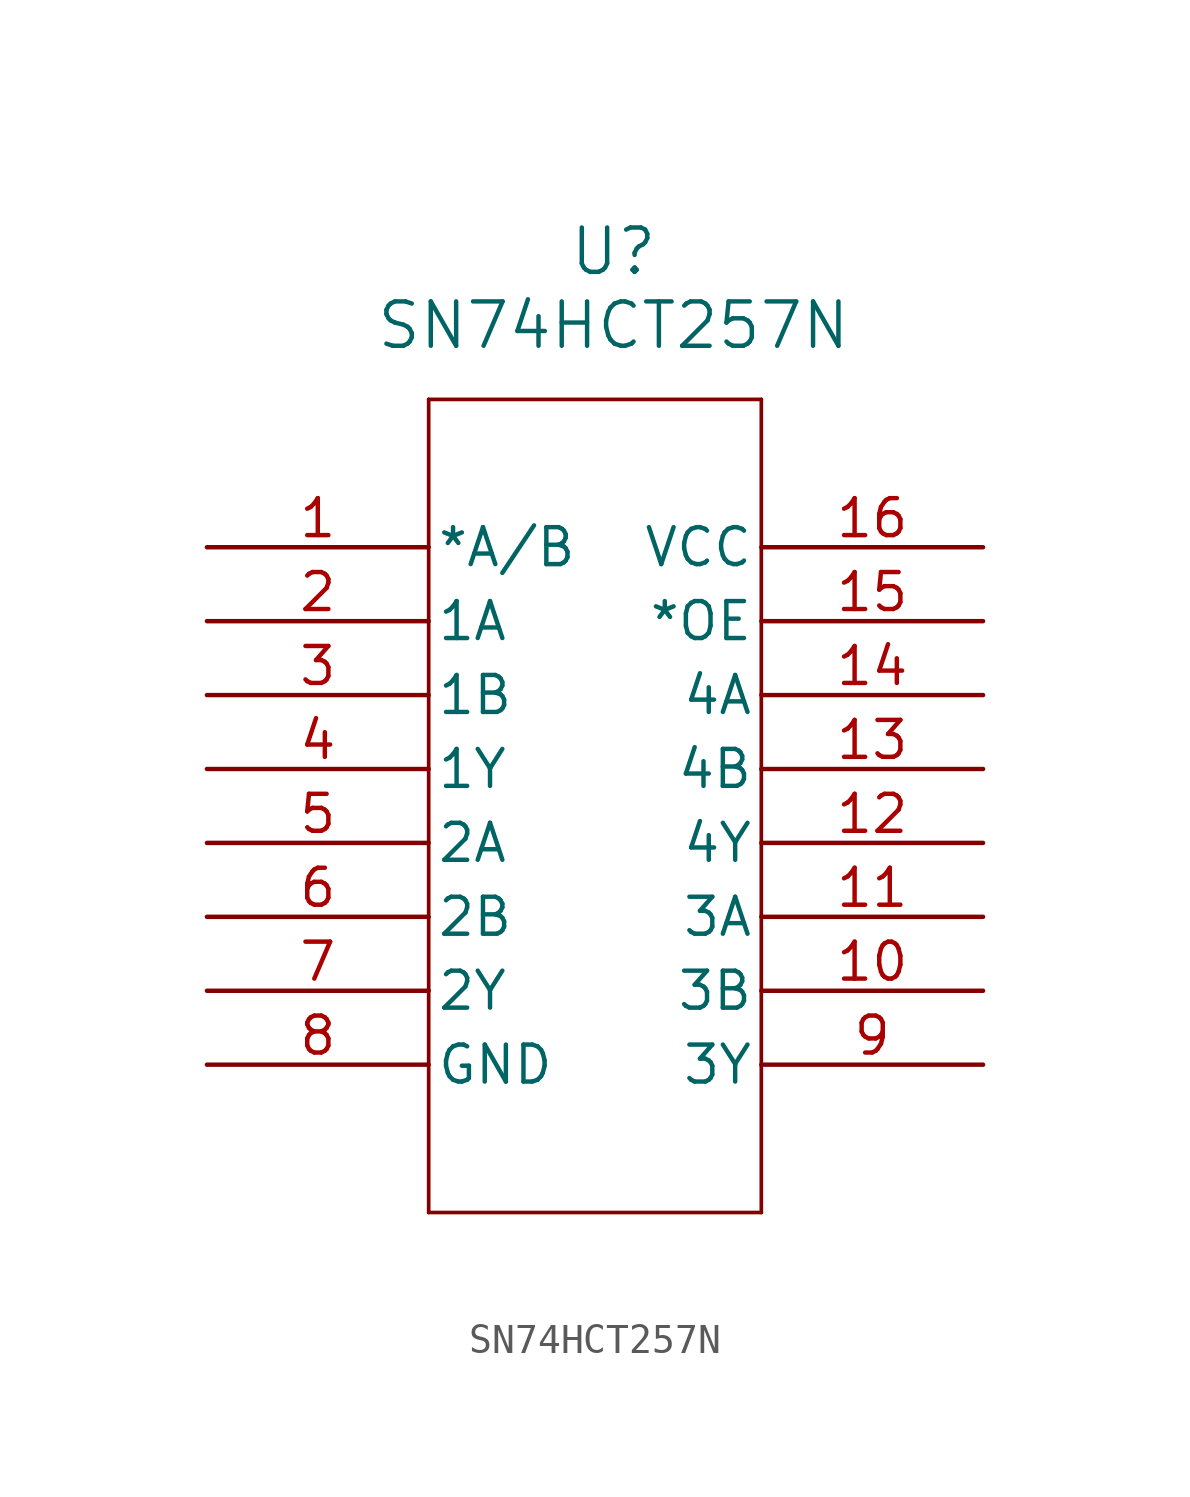
<source format=kicad_sym>
(kicad_symbol_lib
  (version 20231120)
  (generator "kicad_symbol_editor")
  (generator_version "8.0")
  (symbol "SN74HCT257N"
    (pin_names
      (offset 0.254))
    (property "Reference" "U"
      (at 27.94 10.16 0)
      (effects (font (size 1.524 1.524))))
    (property "Value" "SN74HCT257N"
      (at 27.94 7.62 0)
      (effects (font (size 1.524 1.524))))
    (property "ki_locked" ""
      (at 0 0 0)
      (effects (font (size 1.27 1.27))))
    (symbol "SN74HCT257N_0_1"
      (polyline (pts (xy 21.59 -22.86) (xy 33.02 -22.86)) (stroke (width 0.127) (type default)) (fill (type none)))
      (polyline (pts (xy 21.59 5.08) (xy 21.59 -22.86)) (stroke (width 0.127) (type default)) (fill (type none)))
      (polyline (pts (xy 33.02 -22.86) (xy 33.02 5.08)) (stroke (width 0.127) (type default)) (fill (type none)))
      (polyline (pts (xy 33.02 5.08) (xy 21.59 5.08)) (stroke (width 0.127) (type default)) (fill (type none)))
      (pin input line (at 13.97 0 0) (length 7.62) (name "*A/B" (effects (font (size 1.27 1.27)))) (number "1" (effects (font (size 1.27 1.27)))))
      (pin input line (at 40.64 -15.24 180) (length 7.62) (name "3B" (effects (font (size 1.27 1.27)))) (number "10" (effects (font (size 1.27 1.27)))))
      (pin input line (at 40.64 -12.7 180) (length 7.62) (name "3A" (effects (font (size 1.27 1.27)))) (number "11" (effects (font (size 1.27 1.27)))))
      (pin output line (at 40.64 -10.16 180) (length 7.62) (name "4Y" (effects (font (size 1.27 1.27)))) (number "12" (effects (font (size 1.27 1.27)))))
      (pin input line (at 40.64 -7.62 180) (length 7.62) (name "4B" (effects (font (size 1.27 1.27)))) (number "13" (effects (font (size 1.27 1.27)))))
      (pin input line (at 40.64 -5.08 180) (length 7.62) (name "4A" (effects (font (size 1.27 1.27)))) (number "14" (effects (font (size 1.27 1.27)))))
      (pin input line (at 40.64 -2.54 180) (length 7.62) (name "*OE" (effects (font (size 1.27 1.27)))) (number "15" (effects (font (size 1.27 1.27)))))
      (pin power_in line (at 40.64 0 180) (length 7.62) (name "VCC" (effects (font (size 1.27 1.27)))) (number "16" (effects (font (size 1.27 1.27)))))
      (pin input line (at 13.97 -2.54 0) (length 7.62) (name "1A" (effects (font (size 1.27 1.27)))) (number "2" (effects (font (size 1.27 1.27)))))
      (pin input line (at 13.97 -5.08 0) (length 7.62) (name "1B" (effects (font (size 1.27 1.27)))) (number "3" (effects (font (size 1.27 1.27)))))
      (pin output line (at 13.97 -7.62 0) (length 7.62) (name "1Y" (effects (font (size 1.27 1.27)))) (number "4" (effects (font (size 1.27 1.27)))))
      (pin input line (at 13.97 -10.16 0) (length 7.62) (name "2A" (effects (font (size 1.27 1.27)))) (number "5" (effects (font (size 1.27 1.27)))))
      (pin input line (at 13.97 -12.7 0) (length 7.62) (name "2B" (effects (font (size 1.27 1.27)))) (number "6" (effects (font (size 1.27 1.27)))))
      (pin output line (at 13.97 -15.24 0) (length 7.62) (name "2Y" (effects (font (size 1.27 1.27)))) (number "7" (effects (font (size 1.27 1.27)))))
      (pin power_in line (at 13.97 -17.78 0) (length 7.62) (name "GND" (effects (font (size 1.27 1.27)))) (number "8" (effects (font (size 1.27 1.27)))))
      (pin output line (at 40.64 -17.78 180) (length 7.62) (name "3Y" (effects (font (size 1.27 1.27)))) (number "9" (effects (font (size 1.27 1.27))))))))
</source>
